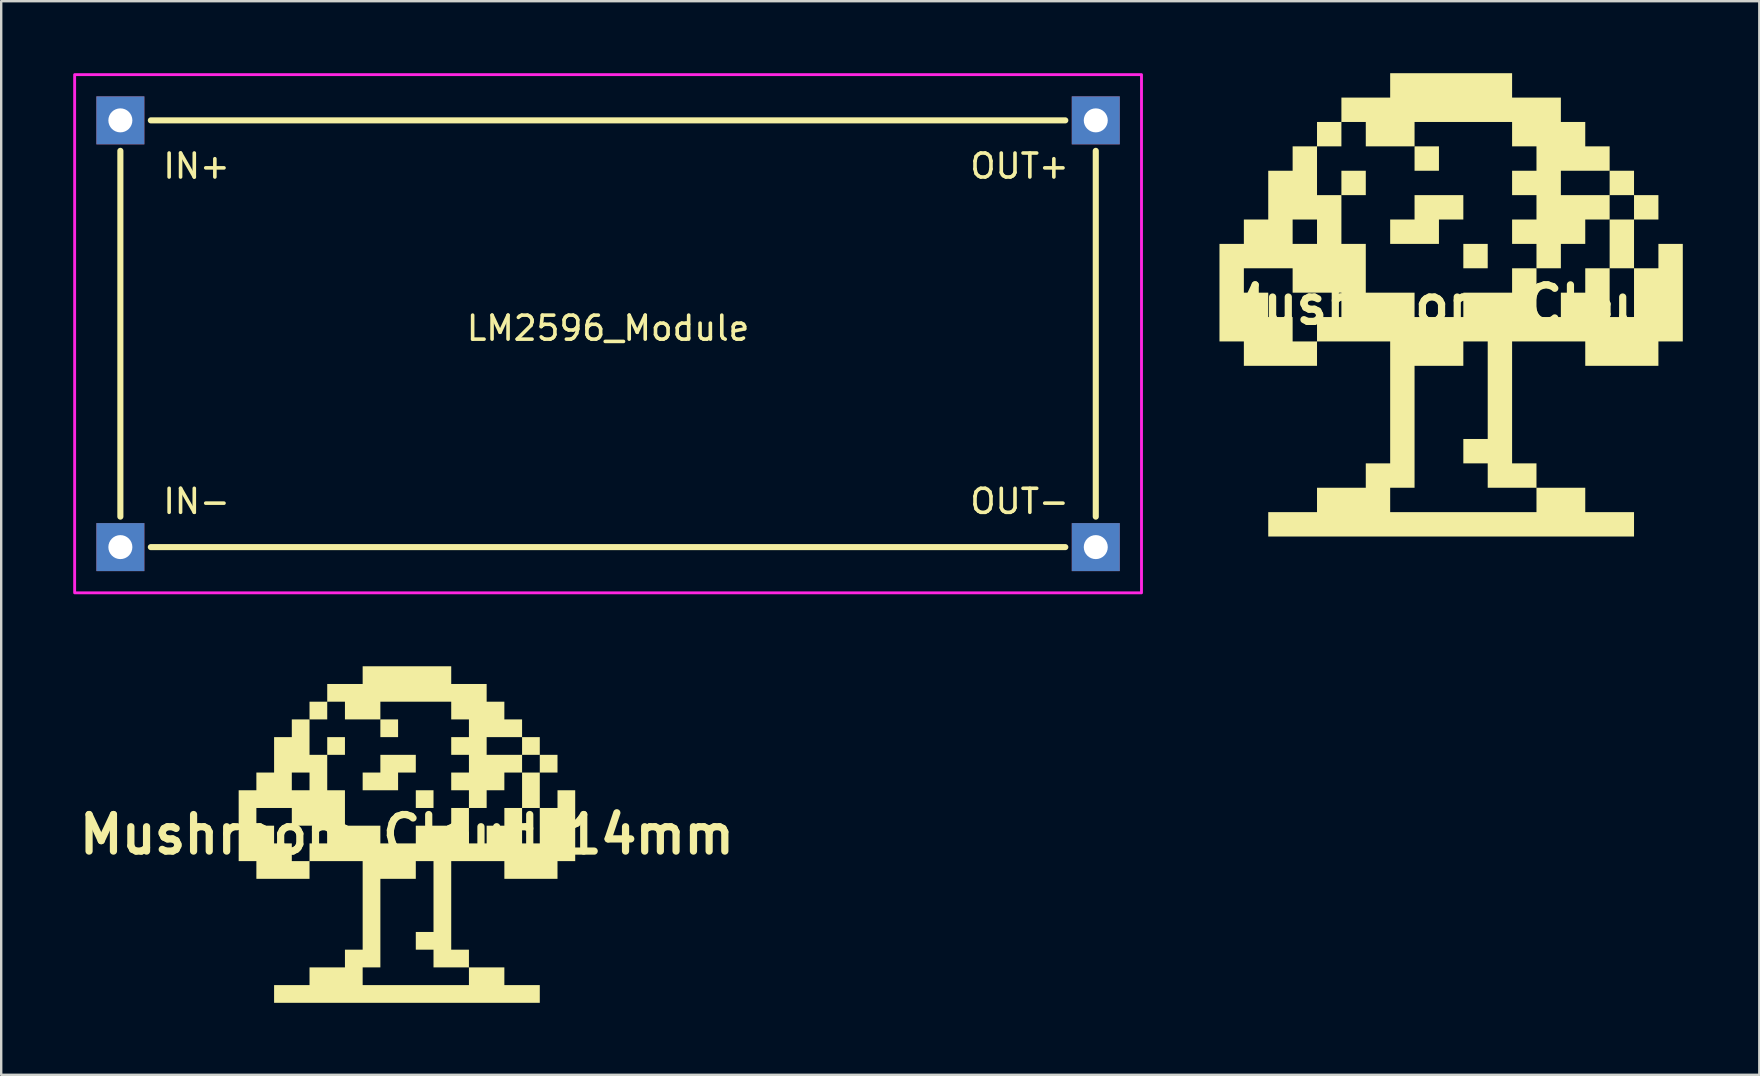
<source format=kicad_pcb>
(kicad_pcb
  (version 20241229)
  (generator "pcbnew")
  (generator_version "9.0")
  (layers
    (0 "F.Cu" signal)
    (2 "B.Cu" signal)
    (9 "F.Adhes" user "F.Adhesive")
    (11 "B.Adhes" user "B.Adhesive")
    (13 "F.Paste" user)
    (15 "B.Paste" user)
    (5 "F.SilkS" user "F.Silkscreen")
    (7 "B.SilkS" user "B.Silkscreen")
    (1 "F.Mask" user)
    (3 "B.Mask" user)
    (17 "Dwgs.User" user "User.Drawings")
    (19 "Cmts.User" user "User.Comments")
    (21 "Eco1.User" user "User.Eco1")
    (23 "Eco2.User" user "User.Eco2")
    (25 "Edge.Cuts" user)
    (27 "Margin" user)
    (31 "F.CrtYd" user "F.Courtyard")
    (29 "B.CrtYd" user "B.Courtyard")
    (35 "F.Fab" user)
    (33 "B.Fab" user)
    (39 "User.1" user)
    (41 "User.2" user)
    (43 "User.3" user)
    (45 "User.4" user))
  (footprint "Mushroom_Cloud_14mm"
    (layer "F.Cu")
    (at 13.905 31.721)
    (property "Reference" "Mushroom_Cloud_14mm" (at 0 0 0) (layer "F.SilkS") (effects (font (size 1.524 1.524) (thickness 0.3))))
    (attr board_only exclude_from_pos_files exclude_from_bom)
    (fp_poly (pts (xy -2.583 -3.321) (xy -3.321 -3.321) (xy -3.321 -4.059) (xy -2.583 -4.059)) (stroke (width 0) (type solid)) (fill yes) (layer "F.SilkS"))
    (fp_poly (pts (xy -0.369 -4.059) (xy -1.107 -4.059) (xy -1.107 -4.797) (xy -0.369 -4.797)) (stroke (width 0) (type solid)) (fill yes) (layer "F.SilkS"))
    (fp_poly (pts (xy 1.107 -1.107) (xy 0.369 -1.107) (xy 0.369 -1.845) (xy 1.107 -1.845)) (stroke (width 0) (type solid)) (fill yes) (layer "F.SilkS"))
    (fp_poly (pts (xy 6.273 -2.583) (xy 5.535 -2.583) (xy 5.535 -3.321) (xy 6.273 -3.321)) (stroke (width 0) (type solid)) (fill yes) (layer "F.SilkS"))
    (fp_poly (pts (xy 0.369 -2.583) (xy -0.369 -2.583) (xy -0.369 -1.845) (xy -1.845 -1.845) (xy -1.845 -2.583) (xy -1.107 -2.583) (xy -1.107 -3.321) (xy 0.369 -3.321)) (stroke (width 0) (type solid)) (fill yes) (layer "F.SilkS"))
    (fp_poly (pts (xy 5.535 -2.583) (xy 5.535 -1.107) (xy 6.273 -1.107) (xy 6.273 -1.845) (xy 7.011 -1.845) (xy 7.011 1.107) (xy 6.273 1.107) (xy 6.273 1.845) (xy 4.059 1.845) (xy 4.059 1.107) (xy 1.845 1.107) (xy 1.845 4.797) (xy 2.583 4.797) (xy 2.583 5.535) (xy 4.059 5.535) (xy 4.059 6.273) (xy 5.535 6.273) (xy 5.535 7.011) (xy -5.535 7.011) (xy -5.535 6.273) (xy -4.059 6.273) (xy -4.059 5.535) (xy -2.583 5.535) (xy -1.845 5.535) (xy -1.845 6.273) (xy 2.583 6.273) (xy 2.583 5.535) (xy 1.107 5.535) (xy 1.107 4.797) (xy 0.369 4.797) (xy 0.369 4.059) (xy 1.107 4.059) (xy 1.107 1.107) (xy 0.369 1.107) (xy 0.369 1.845) (xy -1.107 1.845) (xy -1.107 5.535) (xy -1.845 5.535) (xy -2.583 5.535) (xy -2.583 4.797) (xy -1.845 4.797) (xy -1.845 1.107) (xy -4.059 1.107) (xy -4.059 1.845) (xy -6.273 1.845) (xy -6.273 1.107) (xy -7.011 1.107) (xy -7.011 -1.107) (xy -6.273 -1.107) (xy -6.273 -0.369) (xy -5.535 -0.369) (xy -5.535 0.369) (xy -4.797 0.369) (xy -4.797 1.107) (xy -4.059 1.107) (xy -4.059 0.369) (xy -3.321 0.369) (xy -3.321 -0.369) (xy -4.797 -0.369) (xy -4.797 -1.107) (xy -6.273 -1.107) (xy -7.011 -1.107) (xy -7.011 -1.845) (xy -6.273 -1.845) (xy -6.273 -2.583) (xy -5.535 -2.583) (xy -4.797 -2.583) (xy -4.797 -1.845) (xy -4.059 -1.845) (xy -4.059 -2.583) (xy -4.797 -2.583) (xy -5.535 -2.583) (xy -5.535 -4.059) (xy -4.797 -4.059) (xy -4.797 -4.797) (xy -4.059 -4.797) (xy -4.059 -3.321) (xy -3.321 -3.321) (xy -3.321 -1.845) (xy -2.583 -1.845) (xy -2.583 -0.369) (xy -1.107 -0.369) (xy -1.107 0.369) (xy 0.369 0.369) (xy 0.369 -0.369) (xy 1.845 -0.369) (xy 1.845 -1.107) (xy 2.583 -1.107) (xy 2.583 0.369) (xy 3.321 0.369) (xy 3.321 -0.369) (xy 4.059 -0.369) (xy 4.059 -1.107) (xy 4.797 -1.107) (xy 4.797 0.369) (xy 5.535 0.369) (xy 5.535 -1.107) (xy 4.797 -1.107) (xy 4.797 -2.583) (xy 4.059 -2.583) (xy 4.059 -1.845) (xy 3.321 -1.845) (xy 3.321 -1.107) (xy 2.583 -1.107) (xy 2.583 -1.845) (xy 1.845 -1.845) (xy 1.845 -2.583) (xy 2.583 -2.583) (xy 2.583 -3.321) (xy 1.845 -3.321) (xy 1.845 -4.059) (xy 2.583 -4.059) (xy 3.321 -4.059) (xy 3.321 -3.321) (xy 4.797 -3.321) (xy 4.797 -4.059) (xy 3.321 -4.059) (xy 2.583 -4.059) (xy 2.583 -4.797) (xy 1.845 -4.797) (xy 1.845 -5.535) (xy -1.107 -5.535) (xy -1.107 -4.797) (xy -2.583 -4.797) (xy -2.583 -5.535) (xy -3.321 -5.535) (xy -3.321 -4.797) (xy -4.059 -4.797) (xy -4.059 -5.535) (xy -3.321 -5.535) (xy -3.321 -6.273) (xy -1.845 -6.273) (xy -1.845 -7.011) (xy 1.845 -7.011) (xy 1.845 -6.273) (xy 3.321 -6.273) (xy 3.321 -5.535) (xy 4.059 -5.535) (xy 4.059 -4.797) (xy 4.797 -4.797) (xy 4.797 -4.059) (xy 5.535 -4.059) (xy 5.535 -3.321) (xy 4.797 -3.321) (xy 4.797 -2.583)) (stroke (width 0) (type solid)) (fill yes) (layer "F.SilkS")))
  (footprint "LM2596_Module"
    (layer "F.Cu")
    (at 22.285 9.585)
    (property "Reference" "LM2596_Module" (at 0 1.04 0) (unlocked yes) (layer "F.SilkS") (effects (font (size 1 1) (thickness 0.15))))
    (fp_line (start -20.32 -6.35) (end -20.32 8.89) (stroke (width 0.254) (type solid)) (layer "F.SilkS"))
    (fp_line (start -19.05 -7.62) (end 19.05 -7.62) (stroke (width 0.254) (type solid)) (layer "F.SilkS"))
    (fp_line (start 19.05 10.16) (end -19.05 10.16) (stroke (width 0.254) (type solid)) (layer "F.SilkS"))
    (fp_line (start 20.32 -6.35) (end 20.32 8.89) (stroke (width 0.254) (type solid)) (layer "F.SilkS"))
    (fp_rect (start -22.225 -9.525) (end 22.225 12.065) (stroke (width 0.12) (type solid)) (fill no) (layer "F.CrtYd"))
    (fp_text user "OUT-" (at 17.145 8.255 0) (unlocked yes) (layer "F.SilkS") (effects (font (size 1 1) (thickness 0.15))))
    (fp_text user "IN+" (at -17.145 -5.715 0) (unlocked yes) (layer "F.SilkS") (effects (font (size 1 1) (thickness 0.15))))
    (fp_text user "IN-" (at -17.145 8.255 0) (unlocked yes) (layer "F.SilkS") (effects (font (size 1 1) (thickness 0.15))))
    (fp_text user "OUT+" (at 17.145 -5.715 0) (unlocked yes) (layer "F.SilkS") (effects (font (size 1 1) (thickness 0.15))))
    (pad "1" thru_hole rect (at -20.32 -7.62 90) (size 2 2) (drill 1) (layers "*.Cu" "*.Mask"))
    (pad "2" thru_hole rect (at -20.32 10.16 90) (size 2 2) (drill 1) (layers "*.Cu" "*.Mask"))
    (pad "3" thru_hole rect (at 20.32 10.16 90) (size 2 2) (drill 1) (layers "*.Cu" "*.Mask"))
    (pad "4" thru_hole rect (at 20.32 -7.62 90) (size 2 2) (drill 1) (layers "*.Cu" "*.Mask")))
  (footprint "Mushroom_Cloud"
    (layer "F.Cu")
    (at 57.411 9.652)
    (property "Reference" "Mushroom_Cloud" (at 0 0 0) (layer "F.SilkS") (effects (font (size 1.524 1.524) (thickness 0.3))))
    (attr board_only exclude_from_pos_files exclude_from_bom)
    (fp_poly (pts (xy -3.556 -4.572) (xy -4.572 -4.572) (xy -4.572 -5.588) (xy -3.556 -5.588)) (stroke (width 0) (type solid)) (fill yes) (layer "F.SilkS"))
    (fp_poly (pts (xy -0.508 -5.588) (xy -1.524 -5.588) (xy -1.524 -6.604) (xy -0.508 -6.604)) (stroke (width 0) (type solid)) (fill yes) (layer "F.SilkS"))
    (fp_poly (pts (xy 1.524 -1.524) (xy 0.508 -1.524) (xy 0.508 -2.54) (xy 1.524 -2.54)) (stroke (width 0) (type solid)) (fill yes) (layer "F.SilkS"))
    (fp_poly (pts (xy 8.636 -3.556) (xy 7.62 -3.556) (xy 7.62 -4.572) (xy 8.636 -4.572)) (stroke (width 0) (type solid)) (fill yes) (layer "F.SilkS"))
    (fp_poly (pts (xy 0.508 -3.556) (xy -0.508 -3.556) (xy -0.508 -2.54) (xy -2.54 -2.54) (xy -2.54 -3.556) (xy -1.524 -3.556) (xy -1.524 -4.572) (xy 0.508 -4.572)) (stroke (width 0) (type solid)) (fill yes) (layer "F.SilkS"))
    (fp_poly (pts (xy 7.62 -3.556) (xy 7.62 -1.524) (xy 8.636 -1.524) (xy 8.636 -2.54) (xy 9.652 -2.54) (xy 9.652 1.524) (xy 8.636 1.524) (xy 8.636 2.54) (xy 5.588 2.54) (xy 5.588 1.524) (xy 2.54 1.524) (xy 2.54 6.604) (xy 3.556 6.604) (xy 3.556 7.62) (xy 5.588 7.62) (xy 5.588 8.636) (xy 7.62 8.636) (xy 7.62 9.652) (xy -7.62 9.652) (xy -7.62 8.636) (xy -5.588 8.636) (xy -5.588 7.62) (xy -3.556 7.62) (xy -2.54 7.62) (xy -2.54 8.636) (xy 3.556 8.636) (xy 3.556 7.62) (xy 1.524 7.62) (xy 1.524 6.604) (xy 0.508 6.604) (xy 0.508 5.588) (xy 1.524 5.588) (xy 1.524 1.524) (xy 0.508 1.524) (xy 0.508 2.54) (xy -1.524 2.54) (xy -1.524 7.62) (xy -2.54 7.62) (xy -3.556 7.62) (xy -3.556 6.604) (xy -2.54 6.604) (xy -2.54 1.524) (xy -5.588 1.524) (xy -5.588 2.54) (xy -8.636 2.54) (xy -8.636 1.524) (xy -9.652 1.524) (xy -9.652 -1.524) (xy -8.636 -1.524) (xy -8.636 -0.508) (xy -7.62 -0.508) (xy -7.62 0.508) (xy -6.604 0.508) (xy -6.604 1.524) (xy -5.588 1.524) (xy -5.588 0.508) (xy -4.572 0.508) (xy -4.572 -0.508) (xy -6.604 -0.508) (xy -6.604 -1.524) (xy -8.636 -1.524) (xy -9.652 -1.524) (xy -9.652 -2.54) (xy -8.636 -2.54) (xy -8.636 -3.556) (xy -7.62 -3.556) (xy -6.604 -3.556) (xy -6.604 -2.54) (xy -5.588 -2.54) (xy -5.588 -3.556) (xy -6.604 -3.556) (xy -7.62 -3.556) (xy -7.62 -5.588) (xy -6.604 -5.588) (xy -6.604 -6.604) (xy -5.588 -6.604) (xy -5.588 -4.572) (xy -4.572 -4.572) (xy -4.572 -2.54) (xy -3.556 -2.54) (xy -3.556 -0.508) (xy -1.524 -0.508) (xy -1.524 0.508) (xy 0.508 0.508) (xy 0.508 -0.508) (xy 2.54 -0.508) (xy 2.54 -1.524) (xy 3.556 -1.524) (xy 3.556 0.508) (xy 4.572 0.508) (xy 4.572 -0.508) (xy 5.588 -0.508) (xy 5.588 -1.524) (xy 6.604 -1.524) (xy 6.604 0.508) (xy 7.62 0.508) (xy 7.62 -1.524) (xy 6.604 -1.524) (xy 6.604 -3.556) (xy 5.588 -3.556) (xy 5.588 -2.54) (xy 4.572 -2.54) (xy 4.572 -1.524) (xy 3.556 -1.524) (xy 3.556 -2.54) (xy 2.54 -2.54) (xy 2.54 -3.556) (xy 3.556 -3.556) (xy 3.556 -4.572) (xy 2.54 -4.572) (xy 2.54 -5.588) (xy 3.556 -5.588) (xy 4.572 -5.588) (xy 4.572 -4.572) (xy 6.604 -4.572) (xy 6.604 -5.588) (xy 4.572 -5.588) (xy 3.556 -5.588) (xy 3.556 -6.604) (xy 2.54 -6.604) (xy 2.54 -7.62) (xy -1.524 -7.62) (xy -1.524 -6.604) (xy -3.556 -6.604) (xy -3.556 -7.62) (xy -4.572 -7.62) (xy -4.572 -6.604) (xy -5.588 -6.604) (xy -5.588 -7.62) (xy -4.572 -7.62) (xy -4.572 -8.636) (xy -2.54 -8.636) (xy -2.54 -9.652) (xy 2.54 -9.652) (xy 2.54 -8.636) (xy 4.572 -8.636) (xy 4.572 -7.62) (xy 5.588 -7.62) (xy 5.588 -6.604) (xy 6.604 -6.604) (xy 6.604 -5.588) (xy 7.62 -5.588) (xy 7.62 -4.572) (xy 6.604 -4.572) (xy 6.604 -3.556)) (stroke (width 0) (type solid)) (fill yes) (layer "F.SilkS")))
  (gr_rect
    (start -3 -3)
    (end 70.251 41.732)
    (stroke (width 0.1) (type default))
    (fill no)
    (layer "Edge.Cuts")))
</source>
